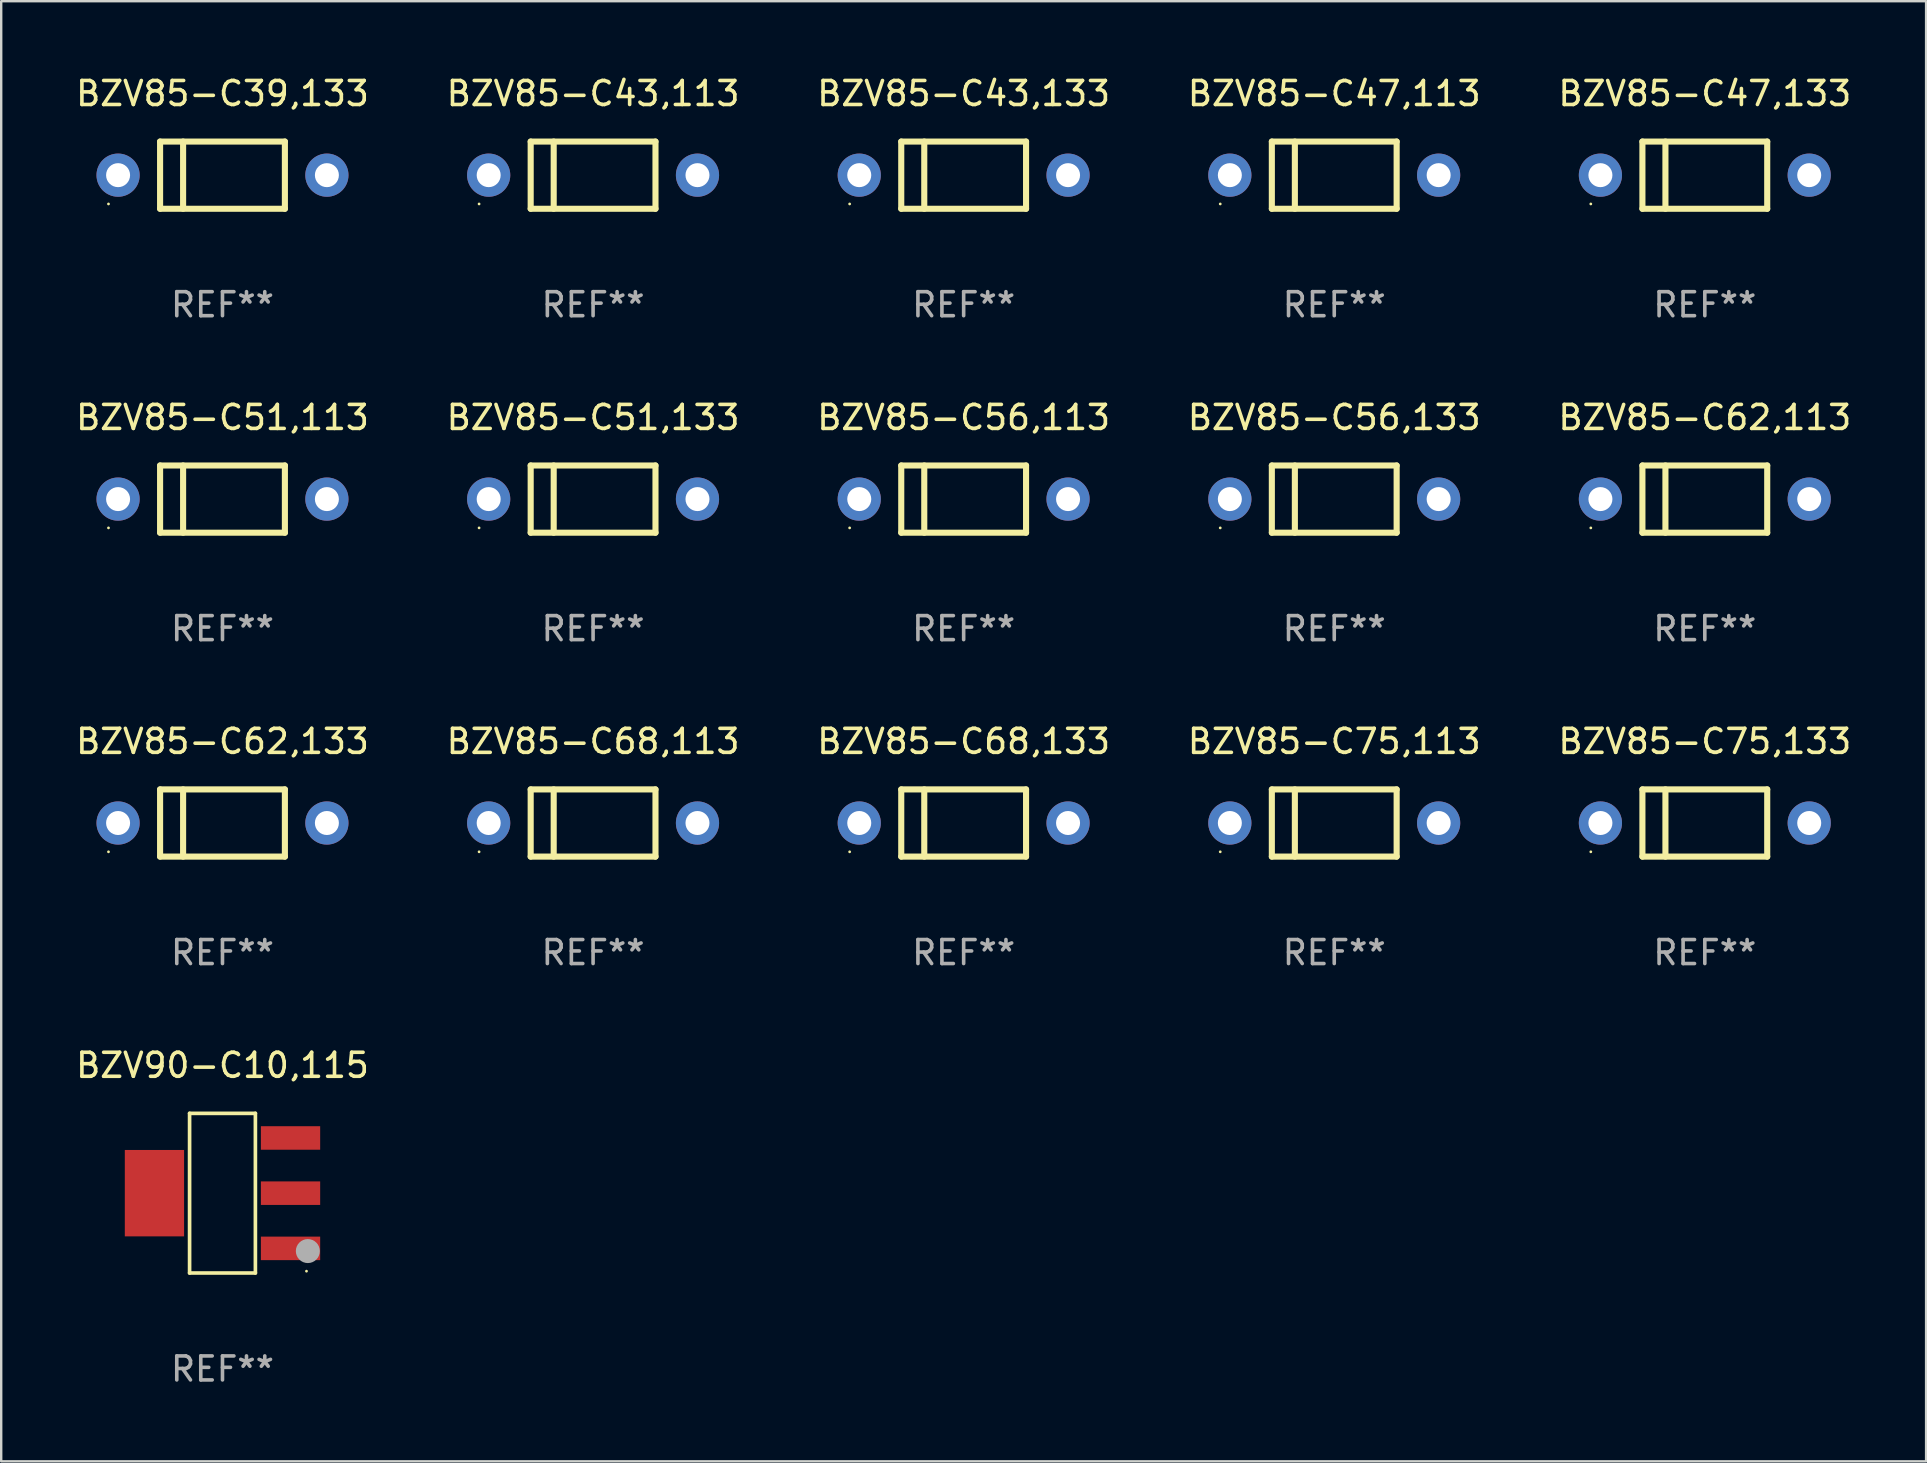
<source format=kicad_pcb>
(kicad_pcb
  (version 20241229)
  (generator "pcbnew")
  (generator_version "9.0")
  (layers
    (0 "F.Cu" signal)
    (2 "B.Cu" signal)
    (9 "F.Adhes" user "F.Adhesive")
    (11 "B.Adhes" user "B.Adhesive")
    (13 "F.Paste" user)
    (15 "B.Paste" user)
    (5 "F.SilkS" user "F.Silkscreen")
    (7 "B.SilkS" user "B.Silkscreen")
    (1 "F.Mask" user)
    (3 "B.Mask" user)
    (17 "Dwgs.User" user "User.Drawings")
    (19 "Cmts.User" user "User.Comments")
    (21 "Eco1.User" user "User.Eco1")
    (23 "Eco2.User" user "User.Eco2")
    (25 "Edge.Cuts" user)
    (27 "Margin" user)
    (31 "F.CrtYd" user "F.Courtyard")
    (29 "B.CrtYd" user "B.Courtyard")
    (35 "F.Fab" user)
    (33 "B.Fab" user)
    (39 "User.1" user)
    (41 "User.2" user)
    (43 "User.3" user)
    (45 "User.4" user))
  (footprint "BZV85-C39,133"
    (layer "F.Cu")
    (at 6.22 4.248)
    (property "Reference" "BZV85-C39,133" (at 0 -3.4 0) (layer "F.SilkS") (effects (font (size 1 1) (thickness 0.15))))
    (attr through_hole)
    (fp_line (start -2.6 -1.4) (end -2.6 1.4) (stroke (width 0.254) (type solid)) (layer "F.SilkS"))
    (fp_line (start -2.6 -1.4) (end 2.6 -1.4) (stroke (width 0.254) (type solid)) (layer "F.SilkS"))
    (fp_line (start -2.6 1.4) (end 2.6 1.4) (stroke (width 0.254) (type solid)) (layer "F.SilkS"))
    (fp_line (start -1.641 -1.4) (end -1.641 1.4) (stroke (width 0.254) (type solid)) (layer "F.SilkS"))
    (fp_line (start 2.6 -1.4) (end 2.6 1.4) (stroke (width 0.254) (type solid)) (layer "F.SilkS"))
    (fp_circle (center -4.75 1.2) (end -4.72 1.2) (stroke (width 0.06) (type solid)) (fill no) (layer "F.SilkS"))
    (fp_text user "REF**" (at 0 5.4 0) (layer "F.Fab") (effects (font (size 1 1) (thickness 0.15))))
    (pad "1" thru_hole circle (at -4.35 0) (size 1.8 1.8) (drill 1) (layers "*.Cu" "*.Mask"))
    (pad "2" thru_hole circle (at 4.35 0) (size 1.8 1.8) (drill 1) (layers "*.Cu" "*.Mask")))
  (footprint "BZV85-C43,133"
    (layer "F.Cu")
    (at 37.101 4.248)
    (property "Reference" "BZV85-C43,133" (at 0 -3.4 0) (layer "F.SilkS") (effects (font (size 1 1) (thickness 0.15))))
    (attr through_hole)
    (fp_line (start -2.6 -1.4) (end -2.6 1.4) (stroke (width 0.254) (type solid)) (layer "F.SilkS"))
    (fp_line (start -2.6 -1.4) (end 2.6 -1.4) (stroke (width 0.254) (type solid)) (layer "F.SilkS"))
    (fp_line (start -2.6 1.4) (end 2.6 1.4) (stroke (width 0.254) (type solid)) (layer "F.SilkS"))
    (fp_line (start -1.641 -1.4) (end -1.641 1.4) (stroke (width 0.254) (type solid)) (layer "F.SilkS"))
    (fp_line (start 2.6 -1.4) (end 2.6 1.4) (stroke (width 0.254) (type solid)) (layer "F.SilkS"))
    (fp_circle (center -4.75 1.2) (end -4.72 1.2) (stroke (width 0.06) (type solid)) (fill no) (layer "F.SilkS"))
    (fp_text user "REF**" (at 0 5.4 0) (layer "F.Fab") (effects (font (size 1 1) (thickness 0.15))))
    (pad "1" thru_hole circle (at -4.35 0) (size 1.8 1.8) (drill 1) (layers "*.Cu" "*.Mask"))
    (pad "2" thru_hole circle (at 4.35 0) (size 1.8 1.8) (drill 1) (layers "*.Cu" "*.Mask")))
  (footprint "BZV85-C43,113"
    (layer "F.Cu")
    (at 21.661 4.248)
    (property "Reference" "BZV85-C43,113" (at 0 -3.4 0) (layer "F.SilkS") (effects (font (size 1 1) (thickness 0.15))))
    (attr through_hole)
    (fp_line (start -2.6 -1.4) (end -2.6 1.4) (stroke (width 0.254) (type solid)) (layer "F.SilkS"))
    (fp_line (start -2.6 -1.4) (end 2.6 -1.4) (stroke (width 0.254) (type solid)) (layer "F.SilkS"))
    (fp_line (start -2.6 1.4) (end 2.6 1.4) (stroke (width 0.254) (type solid)) (layer "F.SilkS"))
    (fp_line (start -1.641 -1.4) (end -1.641 1.4) (stroke (width 0.254) (type solid)) (layer "F.SilkS"))
    (fp_line (start 2.6 -1.4) (end 2.6 1.4) (stroke (width 0.254) (type solid)) (layer "F.SilkS"))
    (fp_circle (center -4.75 1.2) (end -4.72 1.2) (stroke (width 0.06) (type solid)) (fill no) (layer "F.SilkS"))
    (fp_text user "REF**" (at 0 5.4 0) (layer "F.Fab") (effects (font (size 1 1) (thickness 0.15))))
    (pad "1" thru_hole circle (at -4.35 0) (size 1.8 1.8) (drill 1) (layers "*.Cu" "*.Mask"))
    (pad "2" thru_hole circle (at 4.35 0) (size 1.8 1.8) (drill 1) (layers "*.Cu" "*.Mask")))
  (footprint "BZV85-C68,133"
    (layer "F.Cu")
    (at 37.101 31.241)
    (property "Reference" "BZV85-C68,133" (at 0 -3.4 0) (layer "F.SilkS") (effects (font (size 1 1) (thickness 0.15))))
    (attr through_hole)
    (fp_line (start -2.6 -1.4) (end -2.6 1.4) (stroke (width 0.254) (type solid)) (layer "F.SilkS"))
    (fp_line (start -2.6 -1.4) (end 2.6 -1.4) (stroke (width 0.254) (type solid)) (layer "F.SilkS"))
    (fp_line (start -2.6 1.4) (end 2.6 1.4) (stroke (width 0.254) (type solid)) (layer "F.SilkS"))
    (fp_line (start -1.641 -1.4) (end -1.641 1.4) (stroke (width 0.254) (type solid)) (layer "F.SilkS"))
    (fp_line (start 2.6 -1.4) (end 2.6 1.4) (stroke (width 0.254) (type solid)) (layer "F.SilkS"))
    (fp_circle (center -4.75 1.2) (end -4.72 1.2) (stroke (width 0.06) (type solid)) (fill no) (layer "F.SilkS"))
    (fp_text user "REF**" (at 0 5.4 0) (layer "F.Fab") (effects (font (size 1 1) (thickness 0.15))))
    (pad "1" thru_hole circle (at -4.35 0) (size 1.8 1.8) (drill 1) (layers "*.Cu" "*.Mask"))
    (pad "2" thru_hole circle (at 4.35 0) (size 1.8 1.8) (drill 1) (layers "*.Cu" "*.Mask")))
  (footprint "BZV85-C75,133"
    (layer "F.Cu")
    (at 67.982 31.241)
    (property "Reference" "BZV85-C75,133" (at 0 -3.4 0) (layer "F.SilkS") (effects (font (size 1 1) (thickness 0.15))))
    (attr through_hole)
    (fp_line (start -2.6 -1.4) (end -2.6 1.4) (stroke (width 0.254) (type solid)) (layer "F.SilkS"))
    (fp_line (start -2.6 -1.4) (end 2.6 -1.4) (stroke (width 0.254) (type solid)) (layer "F.SilkS"))
    (fp_line (start -2.6 1.4) (end 2.6 1.4) (stroke (width 0.254) (type solid)) (layer "F.SilkS"))
    (fp_line (start -1.641 -1.4) (end -1.641 1.4) (stroke (width 0.254) (type solid)) (layer "F.SilkS"))
    (fp_line (start 2.6 -1.4) (end 2.6 1.4) (stroke (width 0.254) (type solid)) (layer "F.SilkS"))
    (fp_circle (center -4.75 1.2) (end -4.72 1.2) (stroke (width 0.06) (type solid)) (fill no) (layer "F.SilkS"))
    (fp_text user "REF**" (at 0 5.4 0) (layer "F.Fab") (effects (font (size 1 1) (thickness 0.15))))
    (pad "1" thru_hole circle (at -4.35 0) (size 1.8 1.8) (drill 1) (layers "*.Cu" "*.Mask"))
    (pad "2" thru_hole circle (at 4.35 0) (size 1.8 1.8) (drill 1) (layers "*.Cu" "*.Mask")))
  (footprint "BZV85-C47,133"
    (layer "F.Cu")
    (at 67.982 4.248)
    (property "Reference" "BZV85-C47,133" (at 0 -3.4 0) (layer "F.SilkS") (effects (font (size 1 1) (thickness 0.15))))
    (attr through_hole)
    (fp_line (start -2.6 -1.4) (end -2.6 1.4) (stroke (width 0.254) (type solid)) (layer "F.SilkS"))
    (fp_line (start -2.6 -1.4) (end 2.6 -1.4) (stroke (width 0.254) (type solid)) (layer "F.SilkS"))
    (fp_line (start -2.6 1.4) (end 2.6 1.4) (stroke (width 0.254) (type solid)) (layer "F.SilkS"))
    (fp_line (start -1.641 -1.4) (end -1.641 1.4) (stroke (width 0.254) (type solid)) (layer "F.SilkS"))
    (fp_line (start 2.6 -1.4) (end 2.6 1.4) (stroke (width 0.254) (type solid)) (layer "F.SilkS"))
    (fp_circle (center -4.75 1.2) (end -4.72 1.2) (stroke (width 0.06) (type solid)) (fill no) (layer "F.SilkS"))
    (fp_text user "REF**" (at 0 5.4 0) (layer "F.Fab") (effects (font (size 1 1) (thickness 0.15))))
    (pad "1" thru_hole circle (at -4.35 0) (size 1.8 1.8) (drill 1) (layers "*.Cu" "*.Mask"))
    (pad "2" thru_hole circle (at 4.35 0) (size 1.8 1.8) (drill 1) (layers "*.Cu" "*.Mask")))
  (footprint "BZV85-C75,113"
    (layer "F.Cu")
    (at 52.542 31.241)
    (property "Reference" "BZV85-C75,113" (at 0 -3.4 0) (layer "F.SilkS") (effects (font (size 1 1) (thickness 0.15))))
    (attr through_hole)
    (fp_line (start -2.6 -1.4) (end -2.6 1.4) (stroke (width 0.254) (type solid)) (layer "F.SilkS"))
    (fp_line (start -2.6 -1.4) (end 2.6 -1.4) (stroke (width 0.254) (type solid)) (layer "F.SilkS"))
    (fp_line (start -2.6 1.4) (end 2.6 1.4) (stroke (width 0.254) (type solid)) (layer "F.SilkS"))
    (fp_line (start -1.641 -1.4) (end -1.641 1.4) (stroke (width 0.254) (type solid)) (layer "F.SilkS"))
    (fp_line (start 2.6 -1.4) (end 2.6 1.4) (stroke (width 0.254) (type solid)) (layer "F.SilkS"))
    (fp_circle (center -4.75 1.2) (end -4.72 1.2) (stroke (width 0.06) (type solid)) (fill no) (layer "F.SilkS"))
    (fp_text user "REF**" (at 0 5.4 0) (layer "F.Fab") (effects (font (size 1 1) (thickness 0.15))))
    (pad "1" thru_hole circle (at -4.35 0) (size 1.8 1.8) (drill 1) (layers "*.Cu" "*.Mask"))
    (pad "2" thru_hole circle (at 4.35 0) (size 1.8 1.8) (drill 1) (layers "*.Cu" "*.Mask")))
  (footprint "BZV85-C62,113"
    (layer "F.Cu")
    (at 67.982 17.745)
    (property "Reference" "BZV85-C62,113" (at 0 -3.4 0) (layer "F.SilkS") (effects (font (size 1 1) (thickness 0.15))))
    (attr through_hole)
    (fp_line (start -2.6 -1.4) (end -2.6 1.4) (stroke (width 0.254) (type solid)) (layer "F.SilkS"))
    (fp_line (start -2.6 -1.4) (end 2.6 -1.4) (stroke (width 0.254) (type solid)) (layer "F.SilkS"))
    (fp_line (start -2.6 1.4) (end 2.6 1.4) (stroke (width 0.254) (type solid)) (layer "F.SilkS"))
    (fp_line (start -1.641 -1.4) (end -1.641 1.4) (stroke (width 0.254) (type solid)) (layer "F.SilkS"))
    (fp_line (start 2.6 -1.4) (end 2.6 1.4) (stroke (width 0.254) (type solid)) (layer "F.SilkS"))
    (fp_circle (center -4.75 1.2) (end -4.72 1.2) (stroke (width 0.06) (type solid)) (fill no) (layer "F.SilkS"))
    (fp_text user "REF**" (at 0 5.4 0) (layer "F.Fab") (effects (font (size 1 1) (thickness 0.15))))
    (pad "1" thru_hole circle (at -4.35 0) (size 1.8 1.8) (drill 1) (layers "*.Cu" "*.Mask"))
    (pad "2" thru_hole circle (at 4.35 0) (size 1.8 1.8) (drill 1) (layers "*.Cu" "*.Mask")))
  (footprint "BZV85-C51,113"
    (layer "F.Cu")
    (at 6.22 17.745)
    (property "Reference" "BZV85-C51,113" (at 0 -3.4 0) (layer "F.SilkS") (effects (font (size 1 1) (thickness 0.15))))
    (attr through_hole)
    (fp_line (start -2.6 -1.4) (end -2.6 1.4) (stroke (width 0.254) (type solid)) (layer "F.SilkS"))
    (fp_line (start -2.6 -1.4) (end 2.6 -1.4) (stroke (width 0.254) (type solid)) (layer "F.SilkS"))
    (fp_line (start -2.6 1.4) (end 2.6 1.4) (stroke (width 0.254) (type solid)) (layer "F.SilkS"))
    (fp_line (start -1.641 -1.4) (end -1.641 1.4) (stroke (width 0.254) (type solid)) (layer "F.SilkS"))
    (fp_line (start 2.6 -1.4) (end 2.6 1.4) (stroke (width 0.254) (type solid)) (layer "F.SilkS"))
    (fp_circle (center -4.75 1.2) (end -4.72 1.2) (stroke (width 0.06) (type solid)) (fill no) (layer "F.SilkS"))
    (fp_text user "REF**" (at 0 5.4 0) (layer "F.Fab") (effects (font (size 1 1) (thickness 0.15))))
    (pad "1" thru_hole circle (at -4.35 0) (size 1.8 1.8) (drill 1) (layers "*.Cu" "*.Mask"))
    (pad "2" thru_hole circle (at 4.35 0) (size 1.8 1.8) (drill 1) (layers "*.Cu" "*.Mask")))
  (footprint "BZV90-C10,115"
    (layer "F.Cu")
    (at 6.22 46.664)
    (property "Reference" "BZV90-C10,115" (at 0 -5.326 0) (layer "F.SilkS") (effects (font (size 1 1) (thickness 0.15))))
    (attr through_hole)
    (fp_line (start -1.371 -3.326) (end 1.371 -3.326) (stroke (width 0.152) (type solid)) (layer "F.SilkS"))
    (fp_line (start -1.371 3.326) (end -1.371 -3.326) (stroke (width 0.152) (type solid)) (layer "F.SilkS"))
    (fp_line (start 1.371 -3.326) (end 1.371 3.326) (stroke (width 0.152) (type solid)) (layer "F.SilkS"))
    (fp_line (start 1.371 3.326) (end -1.371 3.326) (stroke (width 0.152) (type solid)) (layer "F.SilkS"))
    (fp_circle (center 3.5 3.25) (end 3.53 3.25) (stroke (width 0.06) (type solid)) (fill no) (layer "F.SilkS"))
    (fp_circle (center 3.556 2.413) (end 3.806 2.413) (stroke (width 0.5) (type solid)) (fill no) (layer "F.Fab"))
    (fp_text user "REF**" (at 0 7.326 0) (layer "F.Fab") (effects (font (size 1 1) (thickness 0.15))))
    (pad "1" smd rect (at 2.835 2.3) (size 2.47 0.98) (layers "F.Cu" "F.Mask" "F.Paste"))
    (pad "2" smd rect (at 2.835 0) (size 2.47 0.98) (layers "F.Cu" "F.Mask" "F.Paste"))
    (pad "3" smd rect (at 2.835 -2.3) (size 2.47 0.98) (layers "F.Cu" "F.Mask" "F.Paste"))
    (pad "4" smd rect (at -2.835 0) (size 2.47 3.6) (layers "F.Cu" "F.Mask" "F.Paste")))
  (footprint "BZV85-C56,113"
    (layer "F.Cu")
    (at 37.101 17.745)
    (property "Reference" "BZV85-C56,113" (at 0 -3.4 0) (layer "F.SilkS") (effects (font (size 1 1) (thickness 0.15))))
    (attr through_hole)
    (fp_line (start -2.6 -1.4) (end -2.6 1.4) (stroke (width 0.254) (type solid)) (layer "F.SilkS"))
    (fp_line (start -2.6 -1.4) (end 2.6 -1.4) (stroke (width 0.254) (type solid)) (layer "F.SilkS"))
    (fp_line (start -2.6 1.4) (end 2.6 1.4) (stroke (width 0.254) (type solid)) (layer "F.SilkS"))
    (fp_line (start -1.641 -1.4) (end -1.641 1.4) (stroke (width 0.254) (type solid)) (layer "F.SilkS"))
    (fp_line (start 2.6 -1.4) (end 2.6 1.4) (stroke (width 0.254) (type solid)) (layer "F.SilkS"))
    (fp_circle (center -4.75 1.2) (end -4.72 1.2) (stroke (width 0.06) (type solid)) (fill no) (layer "F.SilkS"))
    (fp_text user "REF**" (at 0 5.4 0) (layer "F.Fab") (effects (font (size 1 1) (thickness 0.15))))
    (pad "1" thru_hole circle (at -4.35 0) (size 1.8 1.8) (drill 1) (layers "*.Cu" "*.Mask"))
    (pad "2" thru_hole circle (at 4.35 0) (size 1.8 1.8) (drill 1) (layers "*.Cu" "*.Mask")))
  (footprint "BZV85-C62,133"
    (layer "F.Cu")
    (at 6.22 31.241)
    (property "Reference" "BZV85-C62,133" (at 0 -3.4 0) (layer "F.SilkS") (effects (font (size 1 1) (thickness 0.15))))
    (attr through_hole)
    (fp_line (start -2.6 -1.4) (end -2.6 1.4) (stroke (width 0.254) (type solid)) (layer "F.SilkS"))
    (fp_line (start -2.6 -1.4) (end 2.6 -1.4) (stroke (width 0.254) (type solid)) (layer "F.SilkS"))
    (fp_line (start -2.6 1.4) (end 2.6 1.4) (stroke (width 0.254) (type solid)) (layer "F.SilkS"))
    (fp_line (start -1.641 -1.4) (end -1.641 1.4) (stroke (width 0.254) (type solid)) (layer "F.SilkS"))
    (fp_line (start 2.6 -1.4) (end 2.6 1.4) (stroke (width 0.254) (type solid)) (layer "F.SilkS"))
    (fp_circle (center -4.75 1.2) (end -4.72 1.2) (stroke (width 0.06) (type solid)) (fill no) (layer "F.SilkS"))
    (fp_text user "REF**" (at 0 5.4 0) (layer "F.Fab") (effects (font (size 1 1) (thickness 0.15))))
    (pad "1" thru_hole circle (at -4.35 0) (size 1.8 1.8) (drill 1) (layers "*.Cu" "*.Mask"))
    (pad "2" thru_hole circle (at 4.35 0) (size 1.8 1.8) (drill 1) (layers "*.Cu" "*.Mask")))
  (footprint "BZV85-C51,133"
    (layer "F.Cu")
    (at 21.661 17.745)
    (property "Reference" "BZV85-C51,133" (at 0 -3.4 0) (layer "F.SilkS") (effects (font (size 1 1) (thickness 0.15))))
    (attr through_hole)
    (fp_line (start -2.6 -1.4) (end -2.6 1.4) (stroke (width 0.254) (type solid)) (layer "F.SilkS"))
    (fp_line (start -2.6 -1.4) (end 2.6 -1.4) (stroke (width 0.254) (type solid)) (layer "F.SilkS"))
    (fp_line (start -2.6 1.4) (end 2.6 1.4) (stroke (width 0.254) (type solid)) (layer "F.SilkS"))
    (fp_line (start -1.641 -1.4) (end -1.641 1.4) (stroke (width 0.254) (type solid)) (layer "F.SilkS"))
    (fp_line (start 2.6 -1.4) (end 2.6 1.4) (stroke (width 0.254) (type solid)) (layer "F.SilkS"))
    (fp_circle (center -4.75 1.2) (end -4.72 1.2) (stroke (width 0.06) (type solid)) (fill no) (layer "F.SilkS"))
    (fp_text user "REF**" (at 0 5.4 0) (layer "F.Fab") (effects (font (size 1 1) (thickness 0.15))))
    (pad "1" thru_hole circle (at -4.35 0) (size 1.8 1.8) (drill 1) (layers "*.Cu" "*.Mask"))
    (pad "2" thru_hole circle (at 4.35 0) (size 1.8 1.8) (drill 1) (layers "*.Cu" "*.Mask")))
  (footprint "BZV85-C56,133"
    (layer "F.Cu")
    (at 52.542 17.745)
    (property "Reference" "BZV85-C56,133" (at 0 -3.4 0) (layer "F.SilkS") (effects (font (size 1 1) (thickness 0.15))))
    (attr through_hole)
    (fp_line (start -2.6 -1.4) (end -2.6 1.4) (stroke (width 0.254) (type solid)) (layer "F.SilkS"))
    (fp_line (start -2.6 -1.4) (end 2.6 -1.4) (stroke (width 0.254) (type solid)) (layer "F.SilkS"))
    (fp_line (start -2.6 1.4) (end 2.6 1.4) (stroke (width 0.254) (type solid)) (layer "F.SilkS"))
    (fp_line (start -1.641 -1.4) (end -1.641 1.4) (stroke (width 0.254) (type solid)) (layer "F.SilkS"))
    (fp_line (start 2.6 -1.4) (end 2.6 1.4) (stroke (width 0.254) (type solid)) (layer "F.SilkS"))
    (fp_circle (center -4.75 1.2) (end -4.72 1.2) (stroke (width 0.06) (type solid)) (fill no) (layer "F.SilkS"))
    (fp_text user "REF**" (at 0 5.4 0) (layer "F.Fab") (effects (font (size 1 1) (thickness 0.15))))
    (pad "1" thru_hole circle (at -4.35 0) (size 1.8 1.8) (drill 1) (layers "*.Cu" "*.Mask"))
    (pad "2" thru_hole circle (at 4.35 0) (size 1.8 1.8) (drill 1) (layers "*.Cu" "*.Mask")))
  (footprint "BZV85-C68,113"
    (layer "F.Cu")
    (at 21.661 31.241)
    (property "Reference" "BZV85-C68,113" (at 0 -3.4 0) (layer "F.SilkS") (effects (font (size 1 1) (thickness 0.15))))
    (attr through_hole)
    (fp_line (start -2.6 -1.4) (end -2.6 1.4) (stroke (width 0.254) (type solid)) (layer "F.SilkS"))
    (fp_line (start -2.6 -1.4) (end 2.6 -1.4) (stroke (width 0.254) (type solid)) (layer "F.SilkS"))
    (fp_line (start -2.6 1.4) (end 2.6 1.4) (stroke (width 0.254) (type solid)) (layer "F.SilkS"))
    (fp_line (start -1.641 -1.4) (end -1.641 1.4) (stroke (width 0.254) (type solid)) (layer "F.SilkS"))
    (fp_line (start 2.6 -1.4) (end 2.6 1.4) (stroke (width 0.254) (type solid)) (layer "F.SilkS"))
    (fp_circle (center -4.75 1.2) (end -4.72 1.2) (stroke (width 0.06) (type solid)) (fill no) (layer "F.SilkS"))
    (fp_text user "REF**" (at 0 5.4 0) (layer "F.Fab") (effects (font (size 1 1) (thickness 0.15))))
    (pad "1" thru_hole circle (at -4.35 0) (size 1.8 1.8) (drill 1) (layers "*.Cu" "*.Mask"))
    (pad "2" thru_hole circle (at 4.35 0) (size 1.8 1.8) (drill 1) (layers "*.Cu" "*.Mask")))
  (footprint "BZV85-C47,113"
    (layer "F.Cu")
    (at 52.542 4.248)
    (property "Reference" "BZV85-C47,113" (at 0 -3.4 0) (layer "F.SilkS") (effects (font (size 1 1) (thickness 0.15))))
    (attr through_hole)
    (fp_line (start -2.6 -1.4) (end -2.6 1.4) (stroke (width 0.254) (type solid)) (layer "F.SilkS"))
    (fp_line (start -2.6 -1.4) (end 2.6 -1.4) (stroke (width 0.254) (type solid)) (layer "F.SilkS"))
    (fp_line (start -2.6 1.4) (end 2.6 1.4) (stroke (width 0.254) (type solid)) (layer "F.SilkS"))
    (fp_line (start -1.641 -1.4) (end -1.641 1.4) (stroke (width 0.254) (type solid)) (layer "F.SilkS"))
    (fp_line (start 2.6 -1.4) (end 2.6 1.4) (stroke (width 0.254) (type solid)) (layer "F.SilkS"))
    (fp_circle (center -4.75 1.2) (end -4.72 1.2) (stroke (width 0.06) (type solid)) (fill no) (layer "F.SilkS"))
    (fp_text user "REF**" (at 0 5.4 0) (layer "F.Fab") (effects (font (size 1 1) (thickness 0.15))))
    (pad "1" thru_hole circle (at -4.35 0) (size 1.8 1.8) (drill 1) (layers "*.Cu" "*.Mask"))
    (pad "2" thru_hole circle (at 4.35 0) (size 1.8 1.8) (drill 1) (layers "*.Cu" "*.Mask")))
  (gr_rect
    (start -3 -3)
    (end 77.202 57.838)
    (stroke (width 0.1) (type default))
    (fill no)
    (layer "Edge.Cuts")))
</source>
